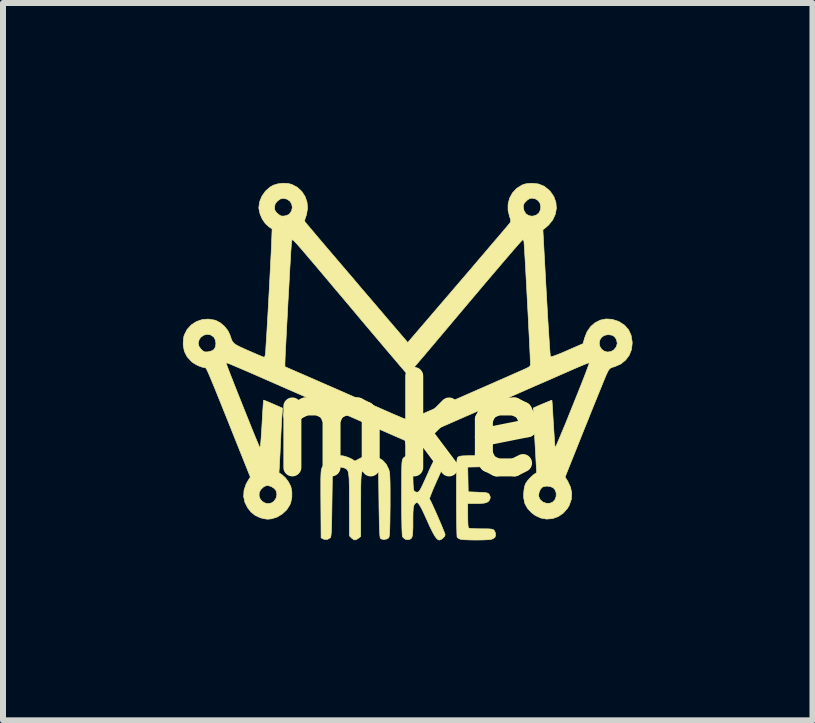
<source format=kicad_pcb>
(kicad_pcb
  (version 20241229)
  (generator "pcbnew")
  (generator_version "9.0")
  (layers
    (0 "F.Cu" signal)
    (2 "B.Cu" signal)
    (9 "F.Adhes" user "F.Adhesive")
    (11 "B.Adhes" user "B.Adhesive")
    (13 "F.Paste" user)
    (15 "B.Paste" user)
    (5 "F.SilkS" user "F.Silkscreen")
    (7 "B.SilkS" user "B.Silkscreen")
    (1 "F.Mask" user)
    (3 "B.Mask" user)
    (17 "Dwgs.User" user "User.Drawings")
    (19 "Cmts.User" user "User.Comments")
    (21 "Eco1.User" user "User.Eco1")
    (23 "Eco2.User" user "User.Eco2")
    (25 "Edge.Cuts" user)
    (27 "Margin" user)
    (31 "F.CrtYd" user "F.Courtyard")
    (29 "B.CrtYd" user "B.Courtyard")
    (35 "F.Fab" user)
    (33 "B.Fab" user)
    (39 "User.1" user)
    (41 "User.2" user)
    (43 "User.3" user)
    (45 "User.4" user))
  (footprint "mke"
    (layer "F.Cu")
    (at 3.748 4.054)
    (property "Reference" "mke" (at 0 0 0) (layer "F.SilkS") (effects (font (size 1.524 1.524) (thickness 0.3))))
    (attr through_hole)
    (fp_poly (pts (xy 1.239 0.494) (xy 1.311 0.495) (xy 1.363 0.497) (xy 1.397 0.5) (xy 1.42 0.505) (xy 1.434 0.513) (xy 1.442 0.52) (xy 1.463 0.563) (xy 1.461 0.612) (xy 1.445 0.647) (xy 1.435 0.658) (xy 1.418 0.666) (xy 1.391 0.671) (xy 1.349 0.675) (xy 1.286 0.678) (xy 1.213 0.68) (xy 1.001 0.684) (xy 1.005 0.89) (xy 1.009 1.096) (xy 1.175 1.103) (xy 1.247 1.106) (xy 1.295 1.11) (xy 1.326 1.116) (xy 1.344 1.124) (xy 1.356 1.137) (xy 1.363 1.149) (xy 1.377 1.184) (xy 1.371 1.218) (xy 1.367 1.225) (xy 1.349 1.253) (xy 1.319 1.273) (xy 1.275 1.285) (xy 1.21 1.29) (xy 1.138 1.292) (xy 1.001 1.292) (xy 1.001 1.493) (xy 1.002 1.575) (xy 1.004 1.633) (xy 1.007 1.67) (xy 1.013 1.692) (xy 1.021 1.702) (xy 1.024 1.704) (xy 1.047 1.707) (xy 1.093 1.71) (xy 1.154 1.712) (xy 1.226 1.713) (xy 1.233 1.713) (xy 1.311 1.713) (xy 1.365 1.715) (xy 1.401 1.719) (xy 1.424 1.726) (xy 1.439 1.736) (xy 1.442 1.739) (xy 1.461 1.778) (xy 1.465 1.824) (xy 1.455 1.853) (xy 1.434 1.871) (xy 1.403 1.886) (xy 1.373 1.892) (xy 1.32 1.896) (xy 1.251 1.899) (xy 1.173 1.9) (xy 1.092 1.9) (xy 1.015 1.898) (xy 0.948 1.895) (xy 0.897 1.891) (xy 0.871 1.885) (xy 0.84 1.868) (xy 0.824 1.853) (xy 0.822 1.836) (xy 0.82 1.792) (xy 0.818 1.725) (xy 0.816 1.639) (xy 0.815 1.535) (xy 0.814 1.417) (xy 0.813 1.289) (xy 0.813 1.189) (xy 0.813 1.034) (xy 0.813 0.907) (xy 0.814 0.802) (xy 0.815 0.72) (xy 0.816 0.655) (xy 0.818 0.607) (xy 0.821 0.573) (xy 0.824 0.549) (xy 0.829 0.533) (xy 0.834 0.523) (xy 0.839 0.518) (xy 0.852 0.509) (xy 0.873 0.503) (xy 0.904 0.498) (xy 0.951 0.496) (xy 1.018 0.494) (xy 1.108 0.494) (xy 1.142 0.493) (xy 1.239 0.494)) (stroke (width 0.01) (type solid)) (fill yes) (layer "F.SilkS"))
    (fp_poly (pts (xy -1.069 0.499) (xy -1.017 0.514) (xy -0.964 0.535) (xy -0.92 0.557) (xy -0.895 0.577) (xy -0.894 0.578) (xy -0.876 0.581) (xy -0.842 0.564) (xy -0.833 0.559) (xy -0.749 0.515) (xy -0.663 0.496) (xy -0.6 0.498) (xy -0.503 0.521) (xy -0.421 0.568) (xy -0.358 0.637) (xy -0.315 0.724) (xy -0.305 0.763) (xy -0.3 0.801) (xy -0.297 0.867) (xy -0.294 0.958) (xy -0.293 1.074) (xy -0.293 1.213) (xy -0.293 1.339) (xy -0.295 1.475) (xy -0.296 1.584) (xy -0.298 1.67) (xy -0.3 1.736) (xy -0.302 1.785) (xy -0.306 1.82) (xy -0.31 1.843) (xy -0.315 1.857) (xy -0.322 1.867) (xy -0.322 1.867) (xy -0.356 1.885) (xy -0.4 1.891) (xy -0.44 1.883) (xy -0.454 1.874) (xy -0.459 1.86) (xy -0.464 1.829) (xy -0.467 1.779) (xy -0.471 1.707) (xy -0.474 1.612) (xy -0.476 1.492) (xy -0.479 1.345) (xy -0.479 1.312) (xy -0.486 0.767) (xy -0.534 0.725) (xy -0.589 0.691) (xy -0.647 0.683) (xy -0.702 0.698) (xy -0.746 0.737) (xy -0.761 0.763) (xy -0.767 0.779) (xy -0.772 0.803) (xy -0.776 0.836) (xy -0.779 0.882) (xy -0.781 0.945) (xy -0.783 1.025) (xy -0.783 1.128) (xy -0.784 1.255) (xy -0.784 1.326) (xy -0.784 1.841) (xy -0.822 1.871) (xy -0.862 1.896) (xy -0.895 1.897) (xy -0.93 1.872) (xy -0.937 1.866) (xy -0.972 1.83) (xy -0.972 1.313) (xy -0.973 1.169) (xy -0.973 1.05) (xy -0.975 0.955) (xy -0.977 0.88) (xy -0.982 0.823) (xy -0.988 0.781) (xy -0.996 0.751) (xy -1.008 0.73) (xy -1.022 0.716) (xy -1.04 0.705) (xy -1.052 0.7) (xy -1.117 0.683) (xy -1.178 0.694) (xy -1.215 0.717) (xy -1.255 0.752) (xy -1.263 1.297) (xy -1.265 1.441) (xy -1.267 1.558) (xy -1.269 1.651) (xy -1.272 1.724) (xy -1.275 1.778) (xy -1.278 1.816) (xy -1.282 1.842) (xy -1.287 1.857) (xy -1.292 1.863) (xy -1.338 1.89) (xy -1.389 1.89) (xy -1.408 1.882) (xy -1.444 1.864) (xy -1.448 1.302) (xy -1.449 1.159) (xy -1.449 1.042) (xy -1.449 0.948) (xy -1.449 0.874) (xy -1.447 0.817) (xy -1.445 0.775) (xy -1.442 0.743) (xy -1.437 0.72) (xy -1.432 0.703) (xy -1.425 0.687) (xy -1.424 0.686) (xy -1.367 0.605) (xy -1.292 0.545) (xy -1.204 0.506) (xy -1.112 0.494) (xy -1.069 0.499)) (stroke (width 0.01) (type solid)) (fill yes) (layer "F.SilkS"))
    (fp_poly (pts (xy 0.053 0.51) (xy 0.063 0.52) (xy 0.072 0.534) (xy 0.078 0.555) (xy 0.083 0.588) (xy 0.085 0.638) (xy 0.087 0.708) (xy 0.087 0.797) (xy 0.088 0.887) (xy 0.09 0.965) (xy 0.094 1.025) (xy 0.099 1.064) (xy 0.102 1.075) (xy 0.128 1.098) (xy 0.153 1.103) (xy 0.167 1.101) (xy 0.18 1.095) (xy 0.195 1.08) (xy 0.212 1.054) (xy 0.233 1.014) (xy 0.26 0.957) (xy 0.295 0.88) (xy 0.34 0.781) (xy 0.355 0.746) (xy 0.389 0.672) (xy 0.421 0.606) (xy 0.448 0.554) (xy 0.467 0.521) (xy 0.475 0.512) (xy 0.516 0.496) (xy 0.56 0.501) (xy 0.598 0.524) (xy 0.621 0.559) (xy 0.624 0.579) (xy 0.618 0.6) (xy 0.602 0.643) (xy 0.577 0.704) (xy 0.545 0.779) (xy 0.507 0.863) (xy 0.488 0.905) (xy 0.45 0.991) (xy 0.416 1.069) (xy 0.39 1.134) (xy 0.372 1.182) (xy 0.363 1.21) (xy 0.363 1.215) (xy 0.374 1.234) (xy 0.395 1.275) (xy 0.421 1.332) (xy 0.453 1.402) (xy 0.487 1.478) (xy 0.521 1.557) (xy 0.554 1.633) (xy 0.582 1.702) (xy 0.605 1.758) (xy 0.62 1.797) (xy 0.624 1.813) (xy 0.613 1.841) (xy 0.585 1.871) (xy 0.552 1.894) (xy 0.529 1.901) (xy 0.505 1.894) (xy 0.479 1.871) (xy 0.449 1.829) (xy 0.414 1.766) (xy 0.371 1.68) (xy 0.327 1.582) (xy 0.279 1.476) (xy 0.241 1.395) (xy 0.21 1.337) (xy 0.185 1.299) (xy 0.164 1.279) (xy 0.146 1.276) (xy 0.128 1.287) (xy 0.11 1.309) (xy 0.11 1.31) (xy 0.101 1.327) (xy 0.095 1.354) (xy 0.091 1.395) (xy 0.088 1.454) (xy 0.087 1.536) (xy 0.087 1.59) (xy 0.087 1.688) (xy 0.084 1.761) (xy 0.08 1.814) (xy 0.072 1.849) (xy 0.06 1.871) (xy 0.043 1.884) (xy 0.022 1.892) (xy -0.015 1.893) (xy -0.039 1.887) (xy -0.071 1.864) (xy -0.086 1.845) (xy -0.091 1.822) (xy -0.094 1.769) (xy -0.097 1.688) (xy -0.099 1.579) (xy -0.101 1.441) (xy -0.102 1.275) (xy -0.102 1.193) (xy -0.102 1.042) (xy -0.101 0.918) (xy -0.101 0.817) (xy -0.1 0.737) (xy -0.099 0.675) (xy -0.097 0.628) (xy -0.094 0.595) (xy -0.09 0.571) (xy -0.085 0.554) (xy -0.079 0.542) (xy -0.072 0.532) (xy -0.072 0.532) (xy -0.033 0.502) (xy 0.012 0.494) (xy 0.053 0.51)) (stroke (width 0.01) (type solid)) (fill yes) (layer "F.SilkS"))
    (fp_poly (pts (xy -1.999 -4.045) (xy -1.935 -4.03) (xy -1.842 -3.982) (xy -1.767 -3.913) (xy -1.712 -3.829) (xy -1.679 -3.734) (xy -1.67 -3.632) (xy -1.687 -3.528) (xy -1.698 -3.495) (xy -1.714 -3.449) (xy -1.718 -3.421) (xy -1.711 -3.402) (xy -1.707 -3.397) (xy -1.622 -3.297) (xy -1.522 -3.178) (xy -1.41 -3.046) (xy -1.289 -2.904) (xy -1.162 -2.755) (xy -1.032 -2.603) (xy -0.903 -2.452) (xy -0.778 -2.304) (xy -0.659 -2.165) (xy -0.55 -2.038) (xy -0.454 -1.925) (xy -0.381 -1.839) (xy 0.001 -1.393) (xy 0.844 -2.376) (xy 0.969 -2.522) (xy 1.089 -2.662) (xy 1.202 -2.795) (xy 1.307 -2.918) (xy 1.403 -3.031) (xy 1.489 -3.131) (xy 1.562 -3.217) (xy 1.622 -3.288) (xy 1.667 -3.341) (xy 1.696 -3.376) (xy 1.707 -3.39) (xy 1.717 -3.411) (xy 1.717 -3.435) (xy 1.706 -3.473) (xy 1.698 -3.495) (xy 1.673 -3.599) (xy 1.673 -3.653) (xy 1.927 -3.653) (xy 1.94 -3.588) (xy 1.972 -3.538) (xy 2.021 -3.508) (xy 2.079 -3.499) (xy 2.142 -3.517) (xy 2.146 -3.519) (xy 2.189 -3.555) (xy 2.213 -3.605) (xy 2.219 -3.66) (xy 2.206 -3.715) (xy 2.176 -3.759) (xy 2.132 -3.787) (xy 2.079 -3.8) (xy 2.038 -3.796) (xy 1.998 -3.771) (xy 1.98 -3.755) (xy 1.945 -3.719) (xy 1.93 -3.685) (xy 1.927 -3.653) (xy 1.673 -3.653) (xy 1.674 -3.702) (xy 1.699 -3.8) (xy 1.747 -3.888) (xy 1.816 -3.962) (xy 1.903 -4.017) (xy 1.935 -4.03) (xy 1.975 -4.04) (xy 2.03 -4.046) (xy 2.076 -4.048) (xy 2.18 -4.037) (xy 2.273 -4) (xy 2.355 -3.935) (xy 2.378 -3.911) (xy 2.438 -3.823) (xy 2.471 -3.728) (xy 2.479 -3.63) (xy 2.461 -3.532) (xy 2.418 -3.438) (xy 2.35 -3.353) (xy 2.292 -3.302) (xy 2.254 -3.273) (xy 2.311 -2.221) (xy 2.321 -2.048) (xy 2.33 -1.885) (xy 2.339 -1.732) (xy 2.348 -1.592) (xy 2.356 -1.467) (xy 2.363 -1.36) (xy 2.369 -1.273) (xy 2.374 -1.208) (xy 2.379 -1.168) (xy 2.381 -1.155) (xy 2.398 -1.157) (xy 2.438 -1.169) (xy 2.498 -1.191) (xy 2.575 -1.222) (xy 2.659 -1.259) (xy 2.925 -1.375) (xy 2.927 -1.384) (xy 3.193 -1.384) (xy 3.202 -1.331) (xy 3.232 -1.282) (xy 3.273 -1.251) (xy 3.33 -1.234) (xy 3.391 -1.243) (xy 3.438 -1.271) (xy 3.479 -1.321) (xy 3.494 -1.38) (xy 3.481 -1.441) (xy 3.477 -1.449) (xy 3.446 -1.493) (xy 3.404 -1.516) (xy 3.344 -1.524) (xy 3.338 -1.524) (xy 3.278 -1.512) (xy 3.233 -1.481) (xy 3.204 -1.436) (xy 3.193 -1.384) (xy 2.927 -1.384) (xy 2.948 -1.464) (xy 2.989 -1.57) (xy 3.048 -1.656) (xy 3.123 -1.722) (xy 3.21 -1.766) (xy 3.306 -1.786) (xy 3.407 -1.78) (xy 3.51 -1.747) (xy 3.526 -1.74) (xy 3.616 -1.681) (xy 3.682 -1.606) (xy 3.724 -1.515) (xy 3.742 -1.407) (xy 3.743 -1.379) (xy 3.731 -1.275) (xy 3.693 -1.18) (xy 3.632 -1.099) (xy 3.552 -1.035) (xy 3.455 -0.992) (xy 3.45 -0.991) (xy 3.402 -0.976) (xy 3.373 -0.961) (xy 3.352 -0.937) (xy 3.33 -0.896) (xy 3.323 -0.881) (xy 3.31 -0.853) (xy 3.288 -0.8) (xy 3.257 -0.725) (xy 3.219 -0.631) (xy 3.174 -0.521) (xy 3.124 -0.397) (xy 3.069 -0.262) (xy 3.012 -0.118) (xy 2.953 0.027) (xy 2.624 0.85) (xy 2.668 0.92) (xy 2.715 1.02) (xy 2.735 1.122) (xy 2.727 1.225) (xy 2.692 1.324) (xy 2.664 1.372) (xy 2.592 1.453) (xy 2.507 1.51) (xy 2.414 1.543) (xy 2.316 1.551) (xy 2.218 1.533) (xy 2.125 1.49) (xy 2.064 1.444) (xy 1.996 1.37) (xy 1.953 1.29) (xy 1.934 1.199) (xy 1.934 1.145) (xy 2.183 1.145) (xy 2.185 1.177) (xy 2.209 1.228) (xy 2.253 1.266) (xy 2.308 1.287) (xy 2.367 1.288) (xy 2.416 1.269) (xy 2.455 1.228) (xy 2.475 1.174) (xy 2.476 1.116) (xy 2.456 1.062) (xy 2.429 1.031) (xy 2.381 1.009) (xy 2.322 1.001) (xy 2.266 1.009) (xy 2.248 1.017) (xy 2.217 1.047) (xy 2.194 1.094) (xy 2.183 1.145) (xy 1.934 1.145) (xy 1.934 1.118) (xy 1.94 1.056) (xy 1.951 1.001) (xy 1.964 0.963) (xy 1.998 0.912) (xy 2.046 0.858) (xy 2.097 0.812) (xy 2.116 0.798) (xy 2.15 0.777) (xy 2.12 0.241) (xy 2.113 0.119) (xy 2.107 0.007) (xy 2.102 -0.093) (xy 2.098 -0.176) (xy 2.096 -0.241) (xy 2.094 -0.283) (xy 2.094 -0.299) (xy 2.094 -0.3) (xy 2.11 -0.308) (xy 2.144 -0.324) (xy 2.192 -0.345) (xy 2.247 -0.368) (xy 2.302 -0.391) (xy 2.351 -0.411) (xy 2.387 -0.426) (xy 2.403 -0.431) (xy 2.404 -0.431) (xy 2.406 -0.416) (xy 2.409 -0.376) (xy 2.413 -0.315) (xy 2.418 -0.236) (xy 2.423 -0.143) (xy 2.429 -0.04) (xy 2.43 -0.038) (xy 2.436 0.065) (xy 2.442 0.159) (xy 2.447 0.239) (xy 2.452 0.301) (xy 2.455 0.342) (xy 2.458 0.358) (xy 2.458 0.358) (xy 2.465 0.347) (xy 2.483 0.31) (xy 2.51 0.247) (xy 2.547 0.16) (xy 2.593 0.05) (xy 2.648 -0.083) (xy 2.71 -0.238) (xy 2.781 -0.414) (xy 2.859 -0.608) (xy 2.901 -0.714) (xy 2.939 -0.811) (xy 2.972 -0.897) (xy 2.998 -0.967) (xy 3.017 -1.019) (xy 3.027 -1.049) (xy 3.028 -1.055) (xy 3.013 -1.052) (xy 2.977 -1.039) (xy 2.922 -1.017) (xy 2.856 -0.989) (xy 2.806 -0.968) (xy 2.722 -0.931) (xy 2.624 -0.888) (xy 2.516 -0.841) (xy 2.401 -0.79) (xy 2.282 -0.738) (xy 2.162 -0.686) (xy 2.045 -0.635) (xy 1.934 -0.586) (xy 1.832 -0.541) (xy 1.743 -0.502) (xy 1.669 -0.469) (xy 1.614 -0.445) (xy 1.581 -0.431) (xy 1.575 -0.428) (xy 1.552 -0.418) (xy 1.506 -0.398) (xy 1.44 -0.368) (xy 1.356 -0.332) (xy 1.258 -0.289) (xy 1.149 -0.241) (xy 1.032 -0.19) (xy 0.994 -0.174) (xy 0.876 -0.122) (xy 0.764 -0.073) (xy 0.662 -0.028) (xy 0.574 0.01) (xy 0.501 0.042) (xy 0.448 0.065) (xy 0.418 0.079) (xy 0.414 0.081) (xy 0.384 0.094) (xy 0.335 0.115) (xy 0.271 0.143) (xy 0.201 0.173) (xy 0.186 0.18) (xy 0.001 0.26) (xy -0.598 -0.002) (xy -0.724 -0.056) (xy -0.842 -0.108) (xy -0.95 -0.155) (xy -1.046 -0.197) (xy -1.126 -0.232) (xy -1.187 -0.259) (xy -1.227 -0.277) (xy -1.241 -0.283) (xy -1.268 -0.295) (xy -1.319 -0.317) (xy -1.393 -0.35) (xy -1.486 -0.391) (xy -1.598 -0.44) (xy -1.725 -0.496) (xy -1.865 -0.557) (xy -2.017 -0.623) (xy -2.178 -0.694) (xy -2.345 -0.767) (xy -2.424 -0.802) (xy -2.568 -0.865) (xy -2.688 -0.917) (xy -2.786 -0.959) (xy -2.859 -0.99) (xy -2.047 -0.99) (xy -1.462 -0.735) (xy -1.318 -0.672) (xy -1.164 -0.605) (xy -1.006 -0.535) (xy -0.85 -0.467) (xy -0.702 -0.402) (xy -0.568 -0.343) (xy -0.454 -0.293) (xy -0.45 -0.291) (xy -0.345 -0.245) (xy -0.249 -0.203) (xy -0.164 -0.167) (xy -0.094 -0.137) (xy -0.042 -0.116) (xy -0.011 -0.104) (xy -0.004 -0.102) (xy 0.014 -0.107) (xy 0.054 -0.123) (xy 0.113 -0.146) (xy 0.184 -0.176) (xy 0.266 -0.211) (xy 0.279 -0.216) (xy 0.34 -0.243) (xy 0.423 -0.279) (xy 0.524 -0.323) (xy 0.638 -0.373) (xy 0.763 -0.428) (xy 0.895 -0.485) (xy 1.029 -0.544) (xy 1.161 -0.602) (xy 1.289 -0.658) (xy 1.408 -0.71) (xy 1.514 -0.757) (xy 1.603 -0.796) (xy 1.673 -0.827) (xy 1.705 -0.841) (xy 1.744 -0.858) (xy 1.8 -0.883) (xy 1.865 -0.912) (xy 1.905 -0.929) (xy 1.968 -0.958) (xy 2.01 -0.978) (xy 2.033 -0.995) (xy 2.044 -1.011) (xy 2.046 -1.029) (xy 2.046 -1.029) (xy 2.045 -1.062) (xy 2.043 -1.12) (xy 2.04 -1.2) (xy 2.035 -1.298) (xy 2.03 -1.412) (xy 2.023 -1.539) (xy 2.016 -1.676) (xy 2.009 -1.821) (xy 2.001 -1.97) (xy 1.993 -2.12) (xy 1.985 -2.27) (xy 1.977 -2.415) (xy 1.97 -2.553) (xy 1.963 -2.682) (xy 1.956 -2.798) (xy 1.95 -2.898) (xy 1.945 -2.98) (xy 1.941 -3.041) (xy 1.938 -3.078) (xy 1.937 -3.088) (xy 1.923 -3.105) (xy 1.917 -3.106) (xy 1.905 -3.095) (xy 1.875 -3.063) (xy 1.828 -3.009) (xy 1.762 -2.934) (xy 1.678 -2.836) (xy 1.576 -2.717) (xy 1.456 -2.576) (xy 1.318 -2.414) (xy 1.162 -2.229) (xy 0.987 -2.022) (xy 0.794 -1.793) (xy 0.582 -1.541) (xy 0.443 -1.376) (xy 0.354 -1.271) (xy 0.272 -1.173) (xy 0.196 -1.085) (xy 0.131 -1.008) (xy 0.076 -0.944) (xy 0.035 -0.897) (xy 0.009 -0.867) (xy 0 -0.858) (xy -0.01 -0.869) (xy -0.038 -0.9) (xy -0.081 -0.951) (xy -0.139 -1.018) (xy -0.21 -1.102) (xy -0.293 -1.199) (xy -0.386 -1.309) (xy -0.488 -1.43) (xy -0.598 -1.56) (xy -0.714 -1.697) (xy -0.784 -1.78) (xy -0.953 -1.982) (xy -1.105 -2.162) (xy -1.241 -2.323) (xy -1.36 -2.465) (xy -1.465 -2.589) (xy -1.555 -2.696) (xy -1.634 -2.788) (xy -1.7 -2.866) (xy -1.755 -2.931) (xy -1.801 -2.983) (xy -1.837 -3.025) (xy -1.866 -3.056) (xy -1.888 -3.079) (xy -1.904 -3.095) (xy -1.915 -3.104) (xy -1.922 -3.108) (xy -1.926 -3.107) (xy -1.928 -3.104) (xy -1.929 -3.098) (xy -1.931 -3.092) (xy -1.931 -3.091) (xy -1.933 -3.082) (xy -1.935 -3.072) (xy -1.937 -3.057) (xy -1.939 -3.037) (xy -1.942 -3.008) (xy -1.944 -2.97) (xy -1.948 -2.92) (xy -1.952 -2.855) (xy -1.956 -2.776) (xy -1.962 -2.678) (xy -1.969 -2.56) (xy -1.976 -2.421) (xy -1.985 -2.258) (xy -1.996 -2.07) (xy -2.003 -1.93) (xy -2.011 -1.779) (xy -2.019 -1.635) (xy -2.026 -1.5) (xy -2.032 -1.378) (xy -2.038 -1.271) (xy -2.042 -1.183) (xy -2.045 -1.117) (xy -2.046 -1.075) (xy -2.047 -1.065) (xy -2.047 -0.99) (xy -2.859 -0.99) (xy -2.864 -0.992) (xy -2.923 -1.017) (xy -2.967 -1.035) (xy -2.998 -1.047) (xy -3.017 -1.053) (xy -3.027 -1.055) (xy -3.029 -1.054) (xy -3.025 -1.04) (xy -3.011 -1.002) (xy -2.989 -0.943) (xy -2.96 -0.867) (xy -2.924 -0.776) (xy -2.884 -0.673) (xy -2.84 -0.562) (xy -2.793 -0.445) (xy -2.746 -0.326) (xy -2.698 -0.207) (xy -2.652 -0.092) (xy -2.609 0.016) (xy -2.569 0.114) (xy -2.534 0.2) (xy -2.505 0.269) (xy -2.483 0.32) (xy -2.471 0.348) (xy -2.468 0.353) (xy -2.463 0.353) (xy -2.458 0.339) (xy -2.454 0.311) (xy -2.449 0.264) (xy -2.444 0.199) (xy -2.438 0.111) (xy -2.431 -0.002) (xy -2.423 -0.141) (xy -2.423 -0.145) (xy -2.418 -0.232) (xy -2.413 -0.309) (xy -2.409 -0.371) (xy -2.405 -0.413) (xy -2.403 -0.431) (xy -2.403 -0.432) (xy -2.389 -0.428) (xy -2.354 -0.414) (xy -2.303 -0.393) (xy -2.243 -0.367) (xy -2.087 -0.299) (xy -2.095 -0.19) (xy -2.099 -0.142) (xy -2.103 -0.071) (xy -2.108 0.016) (xy -2.113 0.114) (xy -2.117 0.216) (xy -2.119 0.247) (xy -2.124 0.348) (xy -2.128 0.447) (xy -2.133 0.536) (xy -2.137 0.61) (xy -2.14 0.663) (xy -2.14 0.675) (xy -2.147 0.777) (xy -2.096 0.812) (xy -2.041 0.861) (xy -1.99 0.928) (xy -1.953 0.999) (xy -1.947 1.015) (xy -1.932 1.094) (xy -1.932 1.184) (xy -1.949 1.271) (xy -1.965 1.314) (xy -2.018 1.397) (xy -2.092 1.466) (xy -2.179 1.518) (xy -2.273 1.547) (xy -2.336 1.553) (xy -2.381 1.547) (xy -2.435 1.535) (xy -2.462 1.527) (xy -2.545 1.488) (xy -2.613 1.433) (xy -2.668 1.364) (xy -2.715 1.271) (xy -2.736 1.172) (xy -2.735 1.168) (xy -2.478 1.168) (xy -2.458 1.22) (xy -2.421 1.26) (xy -2.373 1.286) (xy -2.32 1.294) (xy -2.267 1.28) (xy -2.23 1.254) (xy -2.194 1.201) (xy -2.181 1.14) (xy -2.193 1.081) (xy -2.194 1.079) (xy -2.224 1.041) (xy -2.271 1.01) (xy -2.322 0.993) (xy -2.36 0.993) (xy -2.408 1.018) (xy -2.45 1.059) (xy -2.475 1.107) (xy -2.476 1.109) (xy -2.478 1.168) (xy -2.735 1.168) (xy -2.729 1.07) (xy -2.695 0.969) (xy -2.668 0.92) (xy -2.624 0.85) (xy -2.903 0.153) (xy -2.983 -0.048) (xy -3.054 -0.224) (xy -3.115 -0.377) (xy -3.168 -0.507) (xy -3.212 -0.617) (xy -3.25 -0.709) (xy -3.281 -0.783) (xy -3.306 -0.843) (xy -3.326 -0.889) (xy -3.341 -0.922) (xy -3.353 -0.946) (xy -3.362 -0.961) (xy -3.368 -0.969) (xy -3.373 -0.972) (xy -3.374 -0.972) (xy -3.427 -0.982) (xy -3.492 -1.006) (xy -3.556 -1.04) (xy -3.607 -1.077) (xy -3.679 -1.157) (xy -3.724 -1.246) (xy -3.743 -1.347) (xy -3.743 -1.379) (xy -3.743 -1.384) (xy -3.493 -1.384) (xy -3.482 -1.332) (xy -3.445 -1.28) (xy -3.438 -1.274) (xy -3.407 -1.247) (xy -3.379 -1.236) (xy -3.338 -1.237) (xy -3.329 -1.238) (xy -3.272 -1.252) (xy -3.231 -1.276) (xy -3.206 -1.32) (xy -3.198 -1.376) (xy -3.207 -1.434) (xy -3.232 -1.482) (xy -3.238 -1.489) (xy -3.289 -1.521) (xy -3.346 -1.53) (xy -3.402 -1.515) (xy -3.451 -1.48) (xy -3.477 -1.441) (xy -3.493 -1.384) (xy -3.743 -1.384) (xy -3.74 -1.437) (xy -3.733 -1.49) (xy -3.725 -1.519) (xy -3.677 -1.612) (xy -3.608 -1.687) (xy -3.524 -1.742) (xy -3.428 -1.775) (xy -3.326 -1.784) (xy -3.22 -1.767) (xy -3.2 -1.761) (xy -3.127 -1.723) (xy -3.058 -1.665) (xy -3.001 -1.595) (xy -2.969 -1.531) (xy -2.952 -1.483) (xy -2.939 -1.445) (xy -2.925 -1.416) (xy -2.907 -1.391) (xy -2.882 -1.368) (xy -2.847 -1.346) (xy -2.798 -1.321) (xy -2.733 -1.291) (xy -2.647 -1.253) (xy -2.555 -1.213) (xy -2.494 -1.187) (xy -2.442 -1.165) (xy -2.406 -1.151) (xy -2.392 -1.147) (xy -2.383 -1.159) (xy -2.374 -1.19) (xy -2.373 -1.194) (xy -2.371 -1.217) (xy -2.367 -1.267) (xy -2.363 -1.339) (xy -2.357 -1.431) (xy -2.35 -1.54) (xy -2.343 -1.663) (xy -2.335 -1.797) (xy -2.327 -1.938) (xy -2.319 -2.084) (xy -2.311 -2.231) (xy -2.303 -2.377) (xy -2.296 -2.519) (xy -2.289 -2.653) (xy -2.283 -2.776) (xy -2.277 -2.886) (xy -2.273 -2.98) (xy -2.27 -3.048) (xy -2.261 -3.287) (xy -2.312 -3.321) (xy -2.373 -3.376) (xy -2.425 -3.451) (xy -2.462 -3.537) (xy -2.481 -3.624) (xy -2.482 -3.646) (xy -2.221 -3.646) (xy -2.217 -3.605) (xy -2.2 -3.574) (xy -2.168 -3.541) (xy -2.131 -3.513) (xy -2.1 -3.501) (xy -2.062 -3.502) (xy -2.058 -3.502) (xy -2.013 -3.514) (xy -1.977 -3.531) (xy -1.973 -3.535) (xy -1.937 -3.585) (xy -1.924 -3.642) (xy -1.933 -3.699) (xy -1.962 -3.748) (xy -2.012 -3.783) (xy -2.012 -3.783) (xy -2.072 -3.797) (xy -2.125 -3.786) (xy -2.177 -3.747) (xy -2.179 -3.745) (xy -2.21 -3.704) (xy -2.22 -3.658) (xy -2.221 -3.646) (xy -2.482 -3.646) (xy -2.482 -3.65) (xy -2.468 -3.743) (xy -2.43 -3.834) (xy -2.373 -3.916) (xy -2.299 -3.982) (xy -2.243 -4.015) (xy -2.169 -4.038) (xy -2.084 -4.049) (xy -1.999 -4.045)) (stroke (width 0.01) (type solid)) (fill yes) (layer "F.SilkS")))
  (gr_rect
    (start -3 -3)
    (end 10.497 8.96)
    (stroke (width 0.1) (type default))
    (fill no)
    (layer "Edge.Cuts")))
</source>
